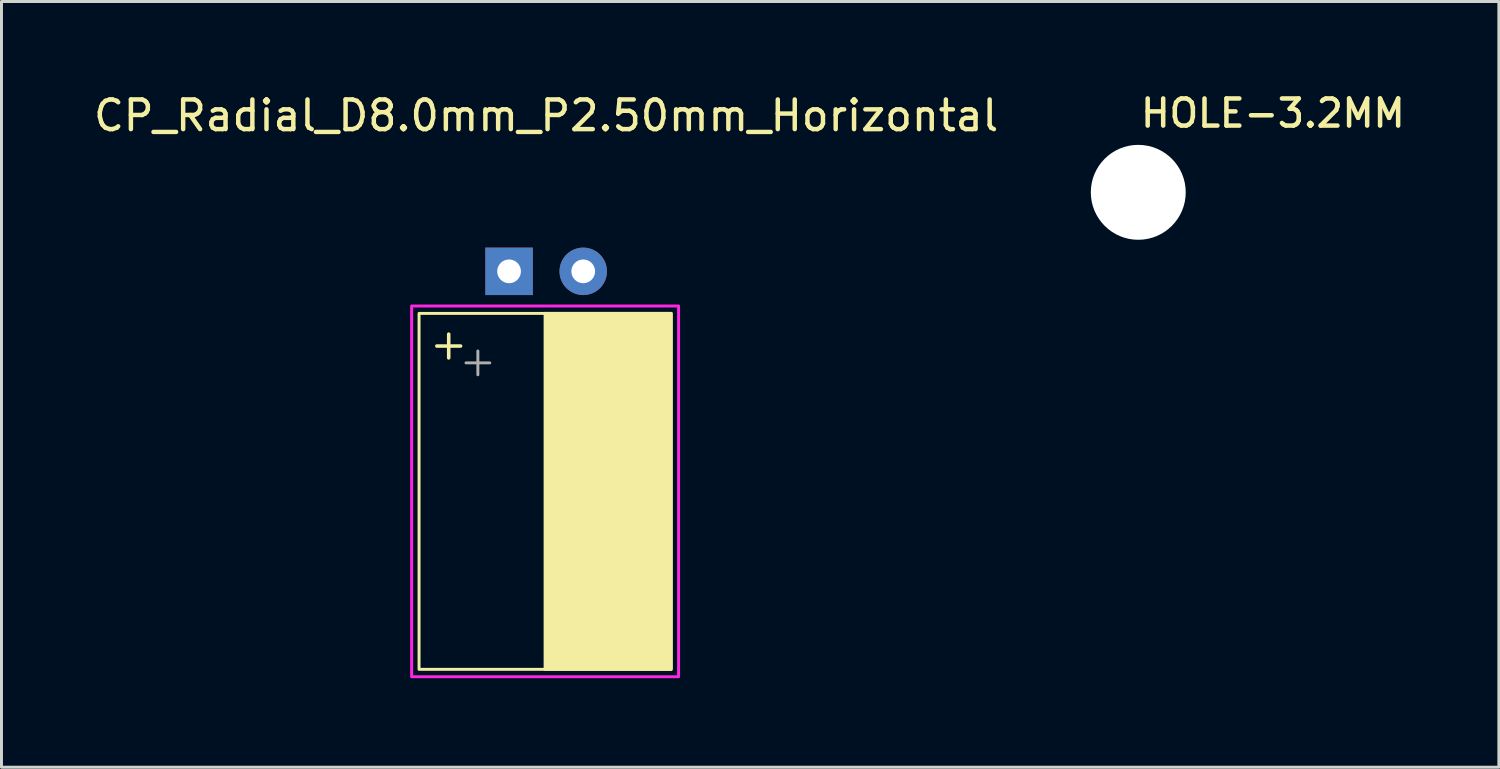
<source format=kicad_pcb>
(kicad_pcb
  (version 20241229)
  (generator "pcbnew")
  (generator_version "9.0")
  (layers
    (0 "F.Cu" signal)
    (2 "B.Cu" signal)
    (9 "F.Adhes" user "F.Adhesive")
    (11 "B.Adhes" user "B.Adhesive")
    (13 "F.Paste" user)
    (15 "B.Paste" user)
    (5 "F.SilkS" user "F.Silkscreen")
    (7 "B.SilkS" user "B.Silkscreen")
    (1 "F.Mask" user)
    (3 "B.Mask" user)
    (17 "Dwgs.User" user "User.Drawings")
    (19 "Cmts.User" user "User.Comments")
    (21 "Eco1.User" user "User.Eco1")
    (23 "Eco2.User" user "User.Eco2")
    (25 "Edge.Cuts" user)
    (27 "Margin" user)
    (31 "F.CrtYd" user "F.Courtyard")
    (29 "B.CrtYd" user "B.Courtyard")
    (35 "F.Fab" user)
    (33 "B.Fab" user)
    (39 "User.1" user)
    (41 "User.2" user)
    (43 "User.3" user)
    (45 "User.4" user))
  (footprint "CP_Radial_D8.0mm_P2.50mm_Horizontal"
    (layer "F.Cu")
    (at 14.113 6.098)
    (property "Reference" "CP_Radial_D8.0mm_P2.50mm_Horizontal" (at 1.25 -5.25 0) (layer "F.SilkS") (effects (font (size 1 1) (thickness 0.15))))
    (attr through_hole)
    (fp_line (start -2.435 2.518) (end -1.635 2.518) (stroke (width 0.12) (type solid)) (layer "F.SilkS"))
    (fp_line (start -2.035 2.118) (end -2.035 2.918) (stroke (width 0.12) (type solid)) (layer "F.SilkS"))
    (fp_rect (start -3.035 1.418) (end 5.465 13.418) (stroke (width 0.1) (type default)) (fill no) (layer "F.SilkS"))
    (fp_rect (start 1.215 1.418) (end 5.465 13.418) (stroke (width 0.1) (type solid)) (fill yes) (layer "F.SilkS"))
    (fp_rect (start -3.285 1.168) (end 5.715 13.668) (stroke (width 0.1) (type default)) (fill no) (layer "F.CrtYd"))
    (fp_line (start -1.452 3.086) (end -0.652 3.086) (stroke (width 0.1) (type solid)) (layer "F.Fab"))
    (fp_line (start -1.052 2.686) (end -1.052 3.486) (stroke (width 0.1) (type solid)) (layer "F.Fab"))
    (pad "1" thru_hole rect (at 0 0) (size 1.6 1.6) (drill 0.8) (layers "*.Cu" "*.Mask"))
    (pad "2" thru_hole circle (at 2.5 0) (size 1.6 1.6) (drill 0.8) (layers "*.Cu" "*.Mask")))
  (footprint "HOLE-3.2MM"
    (layer "F.Cu")
    (at 35.326 3.434)
    (property "Reference" "HOLE-3.2MM" (at 0 -3.2 0) (layer "F.SilkS") (effects (font (size 0.914 0.914) (thickness 0.152)) (justify left top)))
    (pad "" np_thru_hole circle (at 0 0) (size 3.2 3.2) (drill 3.2) (layers "*.Cu" "*.Mask")))
  (gr_rect
    (start -3 -3)
    (end 47.483 22.817)
    (stroke (width 0.1) (type default))
    (fill no)
    (layer "Edge.Cuts")))
</source>
